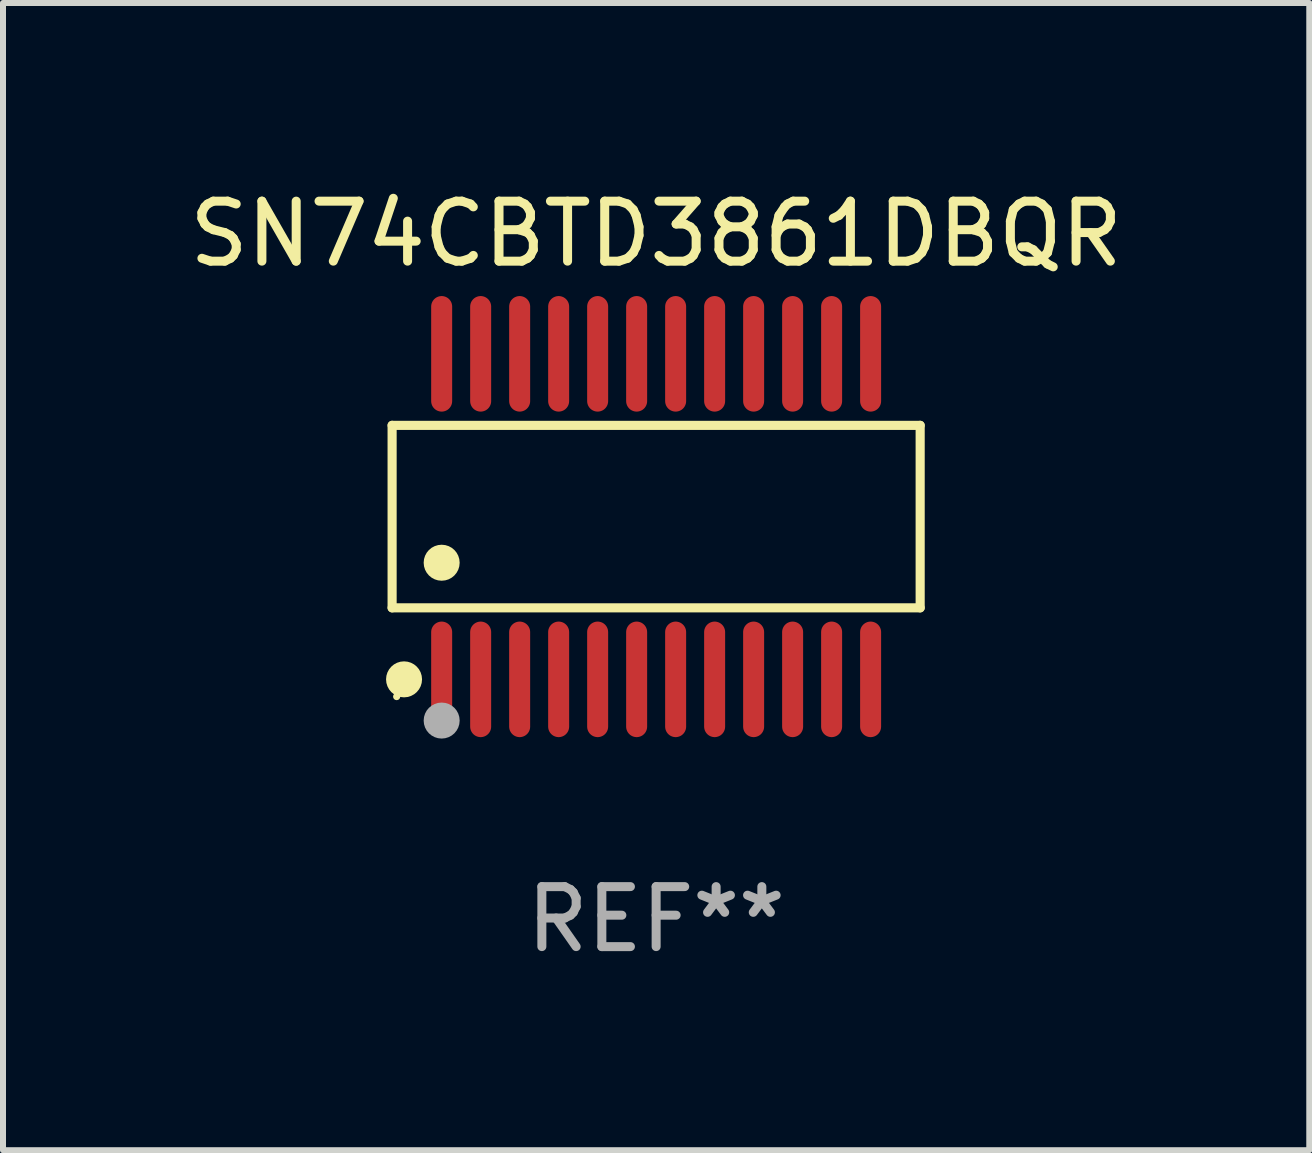
<source format=kicad_pcb>
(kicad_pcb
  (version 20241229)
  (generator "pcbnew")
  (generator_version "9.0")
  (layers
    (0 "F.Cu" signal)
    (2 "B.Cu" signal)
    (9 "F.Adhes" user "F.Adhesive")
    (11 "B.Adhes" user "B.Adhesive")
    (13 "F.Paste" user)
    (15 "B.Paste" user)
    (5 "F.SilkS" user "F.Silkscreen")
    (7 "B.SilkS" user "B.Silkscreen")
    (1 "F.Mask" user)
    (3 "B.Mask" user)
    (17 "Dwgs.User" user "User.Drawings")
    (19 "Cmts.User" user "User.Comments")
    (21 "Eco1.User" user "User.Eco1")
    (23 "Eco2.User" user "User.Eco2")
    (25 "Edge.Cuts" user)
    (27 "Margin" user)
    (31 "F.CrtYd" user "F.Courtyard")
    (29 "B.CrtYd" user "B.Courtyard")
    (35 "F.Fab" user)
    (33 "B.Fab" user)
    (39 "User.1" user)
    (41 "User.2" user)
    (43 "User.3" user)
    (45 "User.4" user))
  (footprint "SN74CBTD3861DBQR"
    (layer "F.Cu")
    (at 7.887 5.561)
    (property "Reference" "SN74CBTD3861DBQR" (at 0 -4.713 0) (layer "F.SilkS") (effects (font (size 1 1) (thickness 0.15))))
    (attr through_hole)
    (fp_line (start -4.401 -1.521) (end 4.401 -1.521) (stroke (width 0.152) (type solid)) (layer "F.SilkS"))
    (fp_line (start -4.401 1.521) (end -4.401 -1.521) (stroke (width 0.152) (type solid)) (layer "F.SilkS"))
    (fp_line (start 4.401 -1.521) (end 4.401 1.521) (stroke (width 0.152) (type solid)) (layer "F.SilkS"))
    (fp_line (start 4.401 1.521) (end -4.401 1.521) (stroke (width 0.152) (type solid)) (layer "F.SilkS"))
    (fp_circle (center -4.325 3) (end -4.295 3) (stroke (width 0.06) (type solid)) (fill no) (layer "F.SilkS"))
    (fp_circle (center -4.202 2.713) (end -4.052 2.713) (stroke (width 0.3) (type solid)) (fill no) (layer "F.SilkS"))
    (fp_circle (center -3.575 0.769) (end -3.425 0.769) (stroke (width 0.3) (type solid)) (fill no) (layer "F.SilkS"))
    (fp_circle (center -3.575 3.4) (end -3.425 3.4) (stroke (width 0.3) (type solid)) (fill no) (layer "F.Fab"))
    (fp_text user "REF**" (at 0 6.713 0) (layer "F.Fab") (effects (font (size 1 1) (thickness 0.15))))
    (pad "1" smd oval (at -3.575 2.713) (size 0.35 1.926) (layers "F.Cu" "F.Mask" "F.Paste"))
    (pad "2" smd oval (at -2.925 2.713) (size 0.35 1.926) (layers "F.Cu" "F.Mask" "F.Paste"))
    (pad "3" smd oval (at -2.275 2.713) (size 0.35 1.926) (layers "F.Cu" "F.Mask" "F.Paste"))
    (pad "4" smd oval (at -1.625 2.713) (size 0.35 1.926) (layers "F.Cu" "F.Mask" "F.Paste"))
    (pad "5" smd oval (at -0.975 2.713) (size 0.35 1.926) (layers "F.Cu" "F.Mask" "F.Paste"))
    (pad "6" smd oval (at -0.325 2.713) (size 0.35 1.926) (layers "F.Cu" "F.Mask" "F.Paste"))
    (pad "7" smd oval (at 0.325 2.713) (size 0.35 1.926) (layers "F.Cu" "F.Mask" "F.Paste"))
    (pad "8" smd oval (at 0.975 2.713) (size 0.35 1.926) (layers "F.Cu" "F.Mask" "F.Paste"))
    (pad "9" smd oval (at 1.625 2.713) (size 0.35 1.926) (layers "F.Cu" "F.Mask" "F.Paste"))
    (pad "10" smd oval (at 2.275 2.713) (size 0.35 1.926) (layers "F.Cu" "F.Mask" "F.Paste"))
    (pad "11" smd oval (at 2.925 2.713) (size 0.35 1.926) (layers "F.Cu" "F.Mask" "F.Paste"))
    (pad "12" smd oval (at 3.575 2.713) (size 0.35 1.926) (layers "F.Cu" "F.Mask" "F.Paste"))
    (pad "13" smd oval (at 3.575 -2.713) (size 0.35 1.926) (layers "F.Cu" "F.Mask" "F.Paste"))
    (pad "14" smd oval (at 2.925 -2.713) (size 0.35 1.926) (layers "F.Cu" "F.Mask" "F.Paste"))
    (pad "15" smd oval (at 2.275 -2.713) (size 0.35 1.926) (layers "F.Cu" "F.Mask" "F.Paste"))
    (pad "16" smd oval (at 1.625 -2.713) (size 0.35 1.926) (layers "F.Cu" "F.Mask" "F.Paste"))
    (pad "17" smd oval (at 0.975 -2.713) (size 0.35 1.926) (layers "F.Cu" "F.Mask" "F.Paste"))
    (pad "18" smd oval (at 0.325 -2.713) (size 0.35 1.926) (layers "F.Cu" "F.Mask" "F.Paste"))
    (pad "19" smd oval (at -0.325 -2.713) (size 0.35 1.926) (layers "F.Cu" "F.Mask" "F.Paste"))
    (pad "20" smd oval (at -0.975 -2.713) (size 0.35 1.926) (layers "F.Cu" "F.Mask" "F.Paste"))
    (pad "21" smd oval (at -1.625 -2.713) (size 0.35 1.926) (layers "F.Cu" "F.Mask" "F.Paste"))
    (pad "22" smd oval (at -2.275 -2.713) (size 0.35 1.926) (layers "F.Cu" "F.Mask" "F.Paste"))
    (pad "23" smd oval (at -2.925 -2.713) (size 0.35 1.926) (layers "F.Cu" "F.Mask" "F.Paste"))
    (pad "24" smd oval (at -3.575 -2.713) (size 0.35 1.926) (layers "F.Cu" "F.Mask" "F.Paste")))
  (gr_rect
    (start -3 -3)
    (end 18.774 16.122)
    (stroke (width 0.1) (type default))
    (fill no)
    (layer "Edge.Cuts")))
</source>
